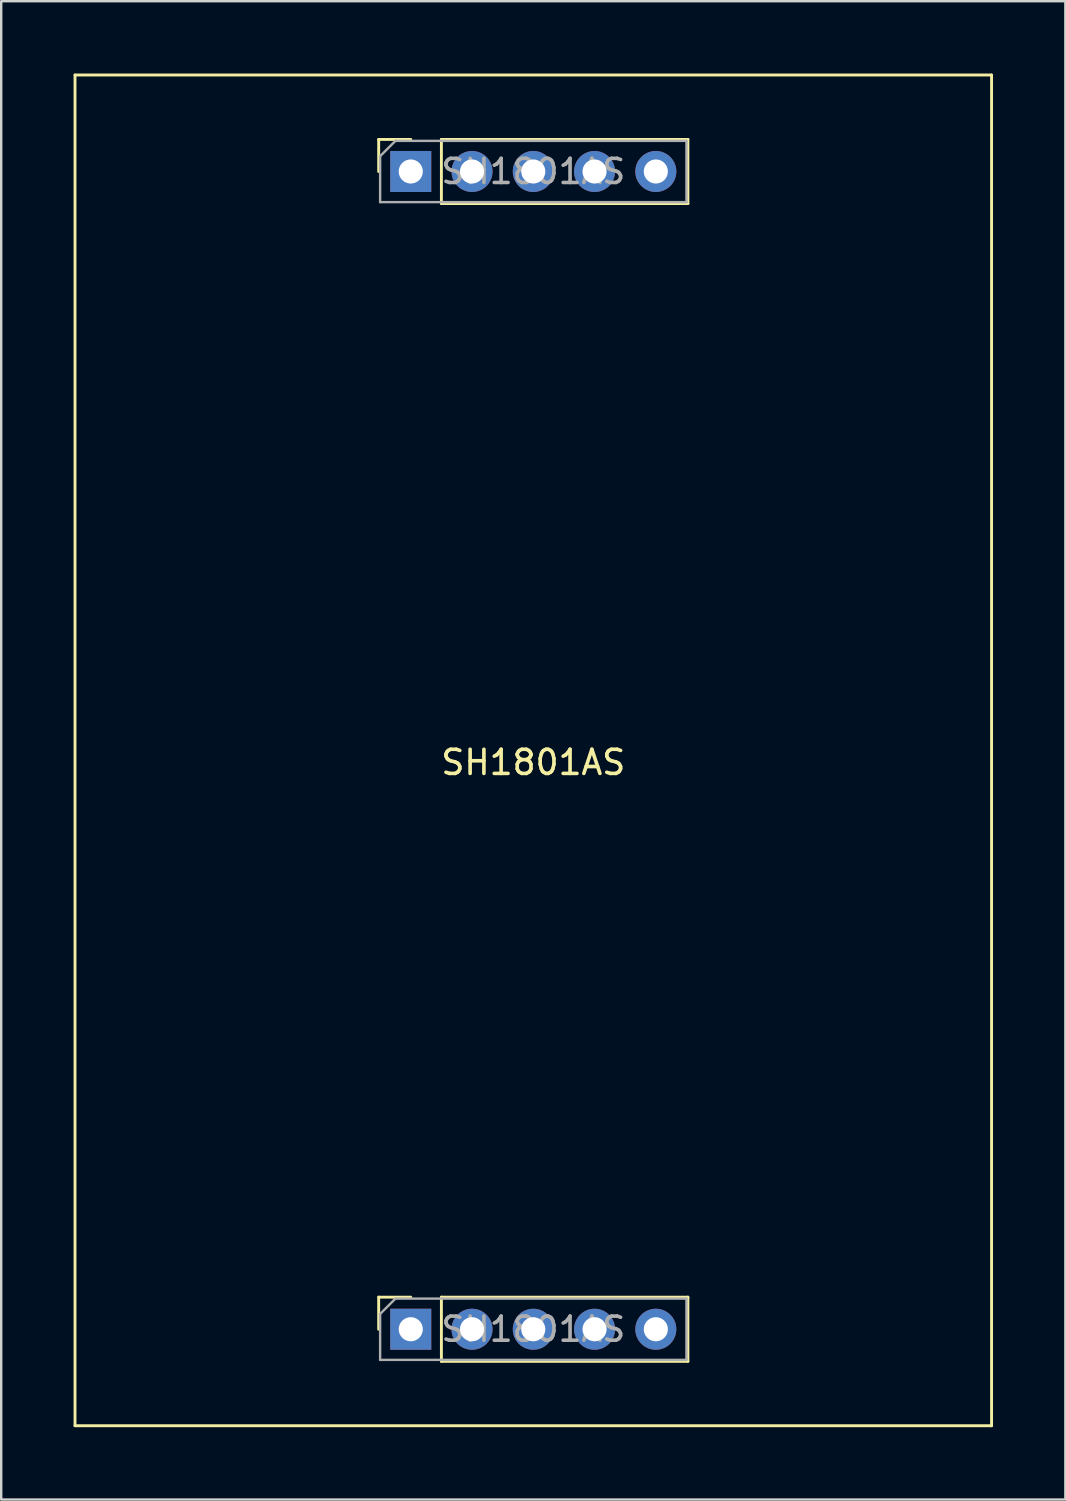
<source format=kicad_pcb>
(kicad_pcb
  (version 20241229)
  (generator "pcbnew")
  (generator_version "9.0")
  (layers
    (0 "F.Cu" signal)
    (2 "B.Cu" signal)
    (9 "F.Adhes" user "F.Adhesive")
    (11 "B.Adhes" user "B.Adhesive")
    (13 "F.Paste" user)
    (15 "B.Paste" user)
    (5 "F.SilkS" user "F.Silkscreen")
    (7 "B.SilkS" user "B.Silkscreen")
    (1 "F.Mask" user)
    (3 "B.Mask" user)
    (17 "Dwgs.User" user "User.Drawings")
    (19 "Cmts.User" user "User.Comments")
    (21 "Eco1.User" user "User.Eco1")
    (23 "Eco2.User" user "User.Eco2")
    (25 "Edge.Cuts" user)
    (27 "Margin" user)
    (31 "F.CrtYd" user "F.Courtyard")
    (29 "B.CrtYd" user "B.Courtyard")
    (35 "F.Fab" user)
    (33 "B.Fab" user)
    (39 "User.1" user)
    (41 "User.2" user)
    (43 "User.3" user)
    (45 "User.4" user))
  (footprint "SH1801AS"
    (layer "F.Cu")
    (at 19.06 28.06)
    (property "Reference" "SH1801AS" (at 0 0.5 0) (layer "F.SilkS") (effects (font (size 1 1) (thickness 0.15))))
    (attr through_hole)
    (fp_line (start -19 -28) (end -19 28) (stroke (width 0.12) (type solid)) (layer "F.SilkS"))
    (fp_line (start -19 28) (end 19 28) (stroke (width 0.12) (type solid)) (layer "F.SilkS"))
    (fp_line (start -6.41 -25.33) (end -5.08 -25.33) (stroke (width 0.12) (type solid)) (layer "F.SilkS"))
    (fp_line (start -6.41 -24) (end -6.41 -25.33) (stroke (width 0.12) (type solid)) (layer "F.SilkS"))
    (fp_line (start -6.41 22.67) (end -5.08 22.67) (stroke (width 0.12) (type solid)) (layer "F.SilkS"))
    (fp_line (start -6.41 24) (end -6.41 22.67) (stroke (width 0.12) (type solid)) (layer "F.SilkS"))
    (fp_line (start -3.81 -25.33) (end 6.41 -25.33) (stroke (width 0.12) (type solid)) (layer "F.SilkS"))
    (fp_line (start -3.81 -22.67) (end -3.81 -25.33) (stroke (width 0.12) (type solid)) (layer "F.SilkS"))
    (fp_line (start -3.81 -22.67) (end 6.41 -22.67) (stroke (width 0.12) (type solid)) (layer "F.SilkS"))
    (fp_line (start -3.81 22.67) (end 6.41 22.67) (stroke (width 0.12) (type solid)) (layer "F.SilkS"))
    (fp_line (start -3.81 25.33) (end -3.81 22.67) (stroke (width 0.12) (type solid)) (layer "F.SilkS"))
    (fp_line (start -3.81 25.33) (end 6.41 25.33) (stroke (width 0.12) (type solid)) (layer "F.SilkS"))
    (fp_line (start 6.41 -22.67) (end 6.41 -25.33) (stroke (width 0.12) (type solid)) (layer "F.SilkS"))
    (fp_line (start 6.41 25.33) (end 6.41 22.67) (stroke (width 0.12) (type solid)) (layer "F.SilkS"))
    (fp_line (start 19 -28) (end -19 -28) (stroke (width 0.12) (type solid)) (layer "F.SilkS"))
    (fp_line (start 19 28) (end 19 -28) (stroke (width 0.12) (type solid)) (layer "F.SilkS"))
    (fp_line (start -6.35 -24.635) (end -5.715 -25.27) (stroke (width 0.1) (type solid)) (layer "F.Fab"))
    (fp_line (start -6.35 -22.73) (end -6.35 -24.635) (stroke (width 0.1) (type solid)) (layer "F.Fab"))
    (fp_line (start -6.35 23.365) (end -5.715 22.73) (stroke (width 0.1) (type solid)) (layer "F.Fab"))
    (fp_line (start -6.35 25.27) (end -6.35 23.365) (stroke (width 0.1) (type solid)) (layer "F.Fab"))
    (fp_line (start -5.715 -25.27) (end 6.35 -25.27) (stroke (width 0.1) (type solid)) (layer "F.Fab"))
    (fp_line (start -5.715 22.73) (end 6.35 22.73) (stroke (width 0.1) (type solid)) (layer "F.Fab"))
    (fp_line (start 6.35 -25.27) (end 6.35 -22.73) (stroke (width 0.1) (type solid)) (layer "F.Fab"))
    (fp_line (start 6.35 -22.73) (end -6.35 -22.73) (stroke (width 0.1) (type solid)) (layer "F.Fab"))
    (fp_line (start 6.35 22.73) (end 6.35 25.27) (stroke (width 0.1) (type solid)) (layer "F.Fab"))
    (fp_line (start 6.35 25.27) (end -6.35 25.27) (stroke (width 0.1) (type solid)) (layer "F.Fab"))
    (fp_text user "${REFERENCE}" (at 0 -24 180) (layer "F.Fab") (effects (font (size 1 1) (thickness 0.15))))
    (fp_text user "${REFERENCE}" (at 0 24 180) (layer "F.Fab") (effects (font (size 1 1) (thickness 0.15))))
    (pad "1" thru_hole oval (at 5.08 24 90) (size 1.7 1.7) (drill 1) (layers "*.Cu" "*.Mask"))
    (pad "2" thru_hole oval (at -2.54 -24 90) (size 1.7 1.7) (drill 1) (layers "*.Cu" "*.Mask"))
    (pad "3" thru_hole rect (at -5.08 -24 90) (size 1.7 1.7) (drill 1) (layers "*.Cu" "*.Mask"))
    (pad "4" thru_hole oval (at -2.54 24 90) (size 1.7 1.7) (drill 1) (layers "*.Cu" "*.Mask"))
    (pad "5" thru_hole oval (at 0 24 90) (size 1.7 1.7) (drill 1) (layers "*.Cu" "*.Mask"))
    (pad "6" thru_hole rect (at -5.08 24 90) (size 1.7 1.7) (drill 1) (layers "*.Cu" "*.Mask"))
    (pad "7" thru_hole oval (at 0 -24 90) (size 1.7 1.7) (drill 1) (layers "*.Cu" "*.Mask"))
    (pad "8" thru_hole oval (at 2.54 24 90) (size 1.7 1.7) (drill 1) (layers "*.Cu" "*.Mask"))
    (pad "9" thru_hole oval (at 5.08 -24 90) (size 1.7 1.7) (drill 1) (layers "*.Cu" "*.Mask"))
    (pad "10" thru_hole oval (at 2.54 -24 90) (size 1.7 1.7) (drill 1) (layers "*.Cu" "*.Mask")))
  (gr_rect
    (start -3 -3)
    (end 41.12 59.12)
    (stroke (width 0.1) (type default))
    (fill no)
    (layer "Edge.Cuts")))
</source>
